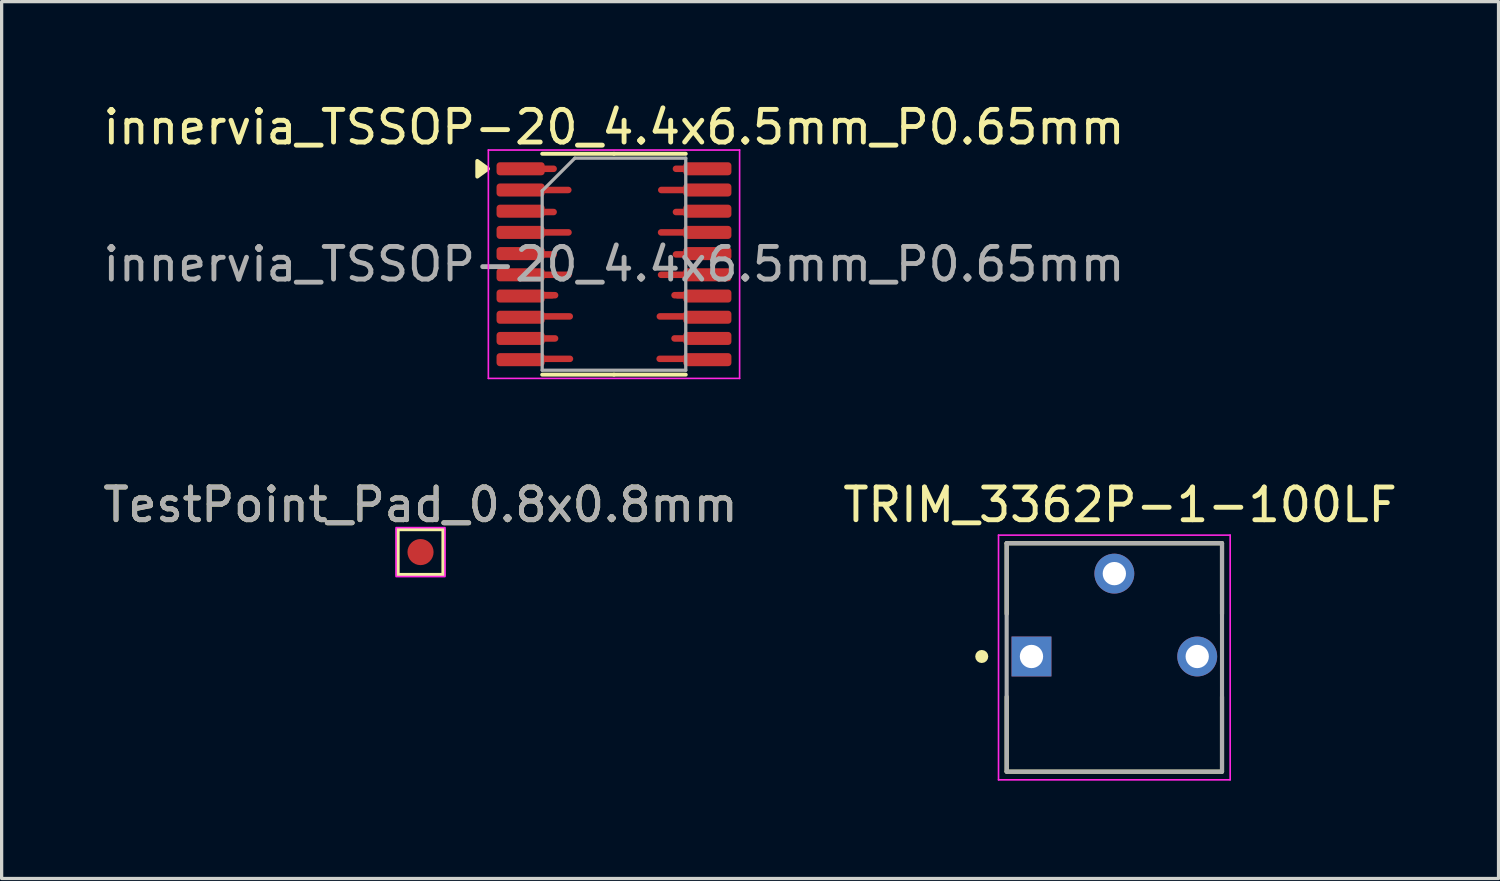
<source format=kicad_pcb>
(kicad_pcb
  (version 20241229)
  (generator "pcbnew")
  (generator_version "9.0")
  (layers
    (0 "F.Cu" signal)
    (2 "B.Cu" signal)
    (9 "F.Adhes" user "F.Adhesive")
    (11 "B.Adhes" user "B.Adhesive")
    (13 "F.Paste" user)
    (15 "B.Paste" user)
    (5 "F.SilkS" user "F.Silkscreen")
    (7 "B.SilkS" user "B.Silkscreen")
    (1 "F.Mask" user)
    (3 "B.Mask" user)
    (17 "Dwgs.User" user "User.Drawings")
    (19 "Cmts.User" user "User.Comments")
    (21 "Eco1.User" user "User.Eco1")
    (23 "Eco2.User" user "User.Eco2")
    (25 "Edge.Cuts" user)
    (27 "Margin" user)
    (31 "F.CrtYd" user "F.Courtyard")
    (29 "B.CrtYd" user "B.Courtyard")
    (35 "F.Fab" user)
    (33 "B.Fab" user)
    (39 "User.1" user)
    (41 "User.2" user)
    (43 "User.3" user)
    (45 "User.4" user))
  (footprint "innervia_TSSOP-20_4.4x6.5mm_P0.65mm"
    (layer "F.Cu")
    (at 15.768 5.048)
    (property "Reference" "innervia_TSSOP-20_4.4x6.5mm_P0.65mm" (at 0 -4.2 0) (layer "F.SilkS") (effects (font (size 1 1) (thickness 0.15))))
    (attr smd)
    (fp_line (start -2.913 0.95) (end -1.9 0.95) (stroke (width 0.2) (type default)) (layer "F.Cu"))
    (fp_line (start -2.862 -2.925) (end -1.85 -2.925) (stroke (width 0.2) (type default)) (layer "F.Cu"))
    (fp_line (start -2.862 -2.275) (end -1.4 -2.275) (stroke (width 0.2) (type default)) (layer "F.Cu"))
    (fp_line (start -2.862 -1.6) (end -1.85 -1.6) (stroke (width 0.2) (type default)) (layer "F.Cu"))
    (fp_line (start -2.862 -0.3) (end -1.85 -0.3) (stroke (width 0.2) (type default)) (layer "F.Cu"))
    (fp_line (start -2.856 -0.975) (end -1.394 -0.975) (stroke (width 0.2) (type default)) (layer "F.Cu"))
    (fp_line (start -2.856 0.325) (end -1.394 0.325) (stroke (width 0.2) (type default)) (layer "F.Cu"))
    (fp_line (start -2.819 0.95) (end -1.806 0.95) (stroke (width 0.2) (type default)) (layer "F.Cu"))
    (fp_line (start -2.819 1.6) (end -1.356 1.6) (stroke (width 0.2) (type default)) (layer "F.Cu"))
    (fp_line (start -2.819 2.275) (end -1.806 2.275) (stroke (width 0.2) (type default)) (layer "F.Cu"))
    (fp_line (start -2.812 2.9) (end -1.35 2.9) (stroke (width 0.2) (type default)) (layer "F.Cu"))
    (fp_line (start 2.862 2.9) (end 1.4 2.9) (stroke (width 0.2) (type default)) (layer "F.Cu"))
    (fp_line (start 2.869 0.95) (end 1.856 0.95) (stroke (width 0.2) (type default)) (layer "F.Cu"))
    (fp_line (start 2.869 1.6) (end 1.406 1.6) (stroke (width 0.2) (type default)) (layer "F.Cu"))
    (fp_line (start 2.869 2.275) (end 1.856 2.275) (stroke (width 0.2) (type default)) (layer "F.Cu"))
    (fp_line (start 2.906 -0.975) (end 1.444 -0.975) (stroke (width 0.2) (type default)) (layer "F.Cu"))
    (fp_line (start 2.906 0.325) (end 1.444 0.325) (stroke (width 0.2) (type default)) (layer "F.Cu"))
    (fp_line (start 2.913 -2.925) (end 1.9 -2.925) (stroke (width 0.2) (type default)) (layer "F.Cu"))
    (fp_line (start 2.913 -2.275) (end 1.45 -2.275) (stroke (width 0.2) (type default)) (layer "F.Cu"))
    (fp_line (start 2.913 -1.6) (end 1.9 -1.6) (stroke (width 0.2) (type default)) (layer "F.Cu"))
    (fp_line (start 2.913 -0.3) (end 1.9 -0.3) (stroke (width 0.2) (type default)) (layer "F.Cu"))
    (fp_line (start 2.962 0.95) (end 1.95 0.95) (stroke (width 0.2) (type default)) (layer "F.Cu"))
    (fp_line (start 0 -3.385) (end -2.2 -3.385) (stroke (width 0.12) (type solid)) (layer "F.SilkS"))
    (fp_line (start 0 -3.385) (end 2.2 -3.385) (stroke (width 0.12) (type solid)) (layer "F.SilkS"))
    (fp_line (start 0 3.385) (end -2.2 3.385) (stroke (width 0.12) (type solid)) (layer "F.SilkS"))
    (fp_line (start 0 3.385) (end 2.2 3.385) (stroke (width 0.12) (type solid)) (layer "F.SilkS"))
    (fp_poly (pts (xy -3.86 -2.925) (xy -4.19 -3.165) (xy -4.19 -2.685) (xy -3.86 -2.925)) (stroke (width 0.12) (type solid)) (fill yes) (layer "F.SilkS"))
    (fp_line (start -3.85 -3.5) (end -3.85 3.5) (stroke (width 0.05) (type solid)) (layer "F.CrtYd"))
    (fp_line (start -3.85 3.5) (end 3.85 3.5) (stroke (width 0.05) (type solid)) (layer "F.CrtYd"))
    (fp_line (start 3.85 -3.5) (end -3.85 -3.5) (stroke (width 0.05) (type solid)) (layer "F.CrtYd"))
    (fp_line (start 3.85 3.5) (end 3.85 -3.5) (stroke (width 0.05) (type solid)) (layer "F.CrtYd"))
    (fp_line (start -2.2 -2.25) (end -1.2 -3.25) (stroke (width 0.1) (type solid)) (layer "F.Fab"))
    (fp_line (start -2.2 3.25) (end -2.2 -2.25) (stroke (width 0.1) (type solid)) (layer "F.Fab"))
    (fp_line (start -1.2 -3.25) (end 2.2 -3.25) (stroke (width 0.1) (type solid)) (layer "F.Fab"))
    (fp_line (start 2.2 -3.25) (end 2.2 3.25) (stroke (width 0.1) (type solid)) (layer "F.Fab"))
    (fp_line (start 2.2 3.25) (end -2.2 3.25) (stroke (width 0.1) (type solid)) (layer "F.Fab"))
    (fp_text user "${REFERENCE}" (at 0 0 0) (layer "F.Fab") (effects (font (size 1 1) (thickness 0.15))))
    (pad "1" smd roundrect (at -2.862 -2.925) (size 1.475 0.4) (layers "F.Cu" "F.Mask" "F.Paste") (roundrect_rratio 0.25))
    (pad "2" smd roundrect (at -2.862 -2.275) (size 1.475 0.4) (layers "F.Cu" "F.Mask" "F.Paste") (roundrect_rratio 0.25))
    (pad "3" smd roundrect (at -2.862 -1.625) (size 1.475 0.4) (layers "F.Cu" "F.Mask" "F.Paste") (roundrect_rratio 0.25))
    (pad "4" smd roundrect (at -2.862 -0.975) (size 1.475 0.4) (layers "F.Cu" "F.Mask" "F.Paste") (roundrect_rratio 0.25))
    (pad "5" smd roundrect (at -2.862 -0.325) (size 1.475 0.4) (layers "F.Cu" "F.Mask" "F.Paste") (roundrect_rratio 0.25))
    (pad "6" smd roundrect (at -2.862 0.325) (size 1.475 0.4) (layers "F.Cu" "F.Mask" "F.Paste") (roundrect_rratio 0.25))
    (pad "7" smd roundrect (at -2.862 0.975) (size 1.475 0.4) (layers "F.Cu" "F.Mask" "F.Paste") (roundrect_rratio 0.25))
    (pad "8" smd roundrect (at -2.862 1.625) (size 1.475 0.4) (layers "F.Cu" "F.Mask" "F.Paste") (roundrect_rratio 0.25))
    (pad "9" smd roundrect (at -2.862 2.275) (size 1.475 0.4) (layers "F.Cu" "F.Mask" "F.Paste") (roundrect_rratio 0.25))
    (pad "10" smd roundrect (at -2.862 2.925) (size 1.475 0.4) (layers "F.Cu" "F.Mask" "F.Paste") (roundrect_rratio 0.25))
    (pad "11" smd roundrect (at 2.862 2.925) (size 1.475 0.4) (layers "F.Cu" "F.Mask" "F.Paste") (roundrect_rratio 0.25))
    (pad "12" smd roundrect (at 2.862 2.275) (size 1.475 0.4) (layers "F.Cu" "F.Mask" "F.Paste") (roundrect_rratio 0.25))
    (pad "13" smd roundrect (at 2.862 1.625) (size 1.475 0.4) (layers "F.Cu" "F.Mask" "F.Paste") (roundrect_rratio 0.25))
    (pad "14" smd roundrect (at 2.862 0.975) (size 1.475 0.4) (layers "F.Cu" "F.Mask" "F.Paste") (roundrect_rratio 0.25))
    (pad "15" smd roundrect (at 2.862 0.325) (size 1.475 0.4) (layers "F.Cu" "F.Mask" "F.Paste") (roundrect_rratio 0.25))
    (pad "16" smd roundrect (at 2.862 -0.325) (size 1.475 0.4) (layers "F.Cu" "F.Mask" "F.Paste") (roundrect_rratio 0.25))
    (pad "17" smd roundrect (at 2.862 -0.975) (size 1.475 0.4) (layers "F.Cu" "F.Mask" "F.Paste") (roundrect_rratio 0.25))
    (pad "18" smd roundrect (at 2.862 -1.625) (size 1.475 0.4) (layers "F.Cu" "F.Mask" "F.Paste") (roundrect_rratio 0.25))
    (pad "19" smd roundrect (at 2.862 -2.275) (size 1.475 0.4) (layers "F.Cu" "F.Mask" "F.Paste") (roundrect_rratio 0.25))
    (pad "20" smd roundrect (at 2.862 -2.925) (size 1.475 0.4) (layers "F.Cu" "F.Mask" "F.Paste") (roundrect_rratio 0.25)))
  (footprint "TRIM_3362P-1-100LF"
    (layer "F.Cu")
    (at 31.104 17.071)
    (property "Reference" "TRIM_3362P-1-100LF" (at 0.175 -4.648 0) (layer "F.SilkS") (effects (font (size 1.003 1.003) (thickness 0.15))))
    (attr through_hole)
    (fp_line (start -3.3 -3.47) (end 3.3 -3.47) (stroke (width 0.127) (type solid)) (layer "F.SilkS"))
    (fp_line (start -3.3 -1.305) (end -3.3 -3.47) (stroke (width 0.127) (type solid)) (layer "F.SilkS"))
    (fp_line (start -3.3 3.52) (end -3.3 1.235) (stroke (width 0.127) (type solid)) (layer "F.SilkS"))
    (fp_line (start 3.3 -3.47) (end 3.3 -1.305) (stroke (width 0.127) (type solid)) (layer "F.SilkS"))
    (fp_line (start 3.3 1.235) (end 3.3 3.52) (stroke (width 0.127) (type solid)) (layer "F.SilkS"))
    (fp_line (start 3.3 3.53) (end -3.3 3.53) (stroke (width 0.127) (type solid)) (layer "F.SilkS"))
    (fp_circle (center -4.064 0) (end -3.964 0) (stroke (width 0.2) (type solid)) (fill no) (layer "F.SilkS"))
    (fp_line (start -3.55 -3.72) (end 3.55 -3.72) (stroke (width 0.05) (type solid)) (layer "F.CrtYd"))
    (fp_line (start -3.55 3.78) (end -3.55 -3.72) (stroke (width 0.05) (type solid)) (layer "F.CrtYd"))
    (fp_line (start 3.55 -3.72) (end 3.55 3.78) (stroke (width 0.05) (type solid)) (layer "F.CrtYd"))
    (fp_line (start 3.55 3.78) (end -3.55 3.78) (stroke (width 0.05) (type solid)) (layer "F.CrtYd"))
    (fp_line (start -3.3 -3.47) (end 3.3 -3.47) (stroke (width 0.127) (type solid)) (layer "F.Fab"))
    (fp_line (start -3.3 3.53) (end -3.3 -3.47) (stroke (width 0.127) (type solid)) (layer "F.Fab"))
    (fp_line (start 3.3 -3.47) (end 3.3 3.53) (stroke (width 0.127) (type solid)) (layer "F.Fab"))
    (fp_line (start 3.3 3.53) (end -3.3 3.53) (stroke (width 0.127) (type solid)) (layer "F.Fab"))
    (pad "1" thru_hole rect (at -2.54 0) (size 1.222 1.222) (drill 0.714) (layers "*.Cu" "*.Mask"))
    (pad "2" thru_hole circle (at 0 -2.54) (size 1.222 1.222) (drill 0.714) (layers "*.Cu" "*.Mask"))
    (pad "3" thru_hole circle (at 2.54 0) (size 1.222 1.222) (drill 0.714) (layers "*.Cu" "*.Mask")))
  (footprint "TestPoint_Pad_0.8x0.8mm"
    (layer "F.Cu")
    (at 9.839 13.871)
    (property "Reference" "TestPoint_Pad_0.8x0.8mm" (at 0 -1.448 0) (layer "F.SilkS") (effects (font (size 1 1) (thickness 0.15))))
    (attr exclude_from_pos_files exclude_from_bom)
    (fp_line (start -0.7 -0.7) (end 0.7 -0.7) (stroke (width 0.12) (type solid)) (layer "F.SilkS"))
    (fp_line (start -0.7 0.7) (end -0.7 -0.7) (stroke (width 0.12) (type solid)) (layer "F.SilkS"))
    (fp_line (start 0.7 -0.7) (end 0.7 0.7) (stroke (width 0.12) (type solid)) (layer "F.SilkS"))
    (fp_line (start 0.7 0.7) (end -0.7 0.7) (stroke (width 0.12) (type solid)) (layer "F.SilkS"))
    (fp_rect (start -0.75 -0.75) (end 0.75 0.75) (stroke (width 0.05) (type default)) (fill no) (layer "F.CrtYd"))
    (fp_text user "${REFERENCE}" (at 0 -1.45 0) (layer "F.Fab") (effects (font (size 1 1) (thickness 0.15))))
    (pad "1" smd circle (at 0 0) (size 0.8 0.8) (layers "F.Cu" "F.Mask" "F.Paste")))
  (gr_rect
    (start -3 -3)
    (end 42.879 23.876)
    (stroke (width 0.1) (type default))
    (fill no)
    (layer "Edge.Cuts")))
</source>
